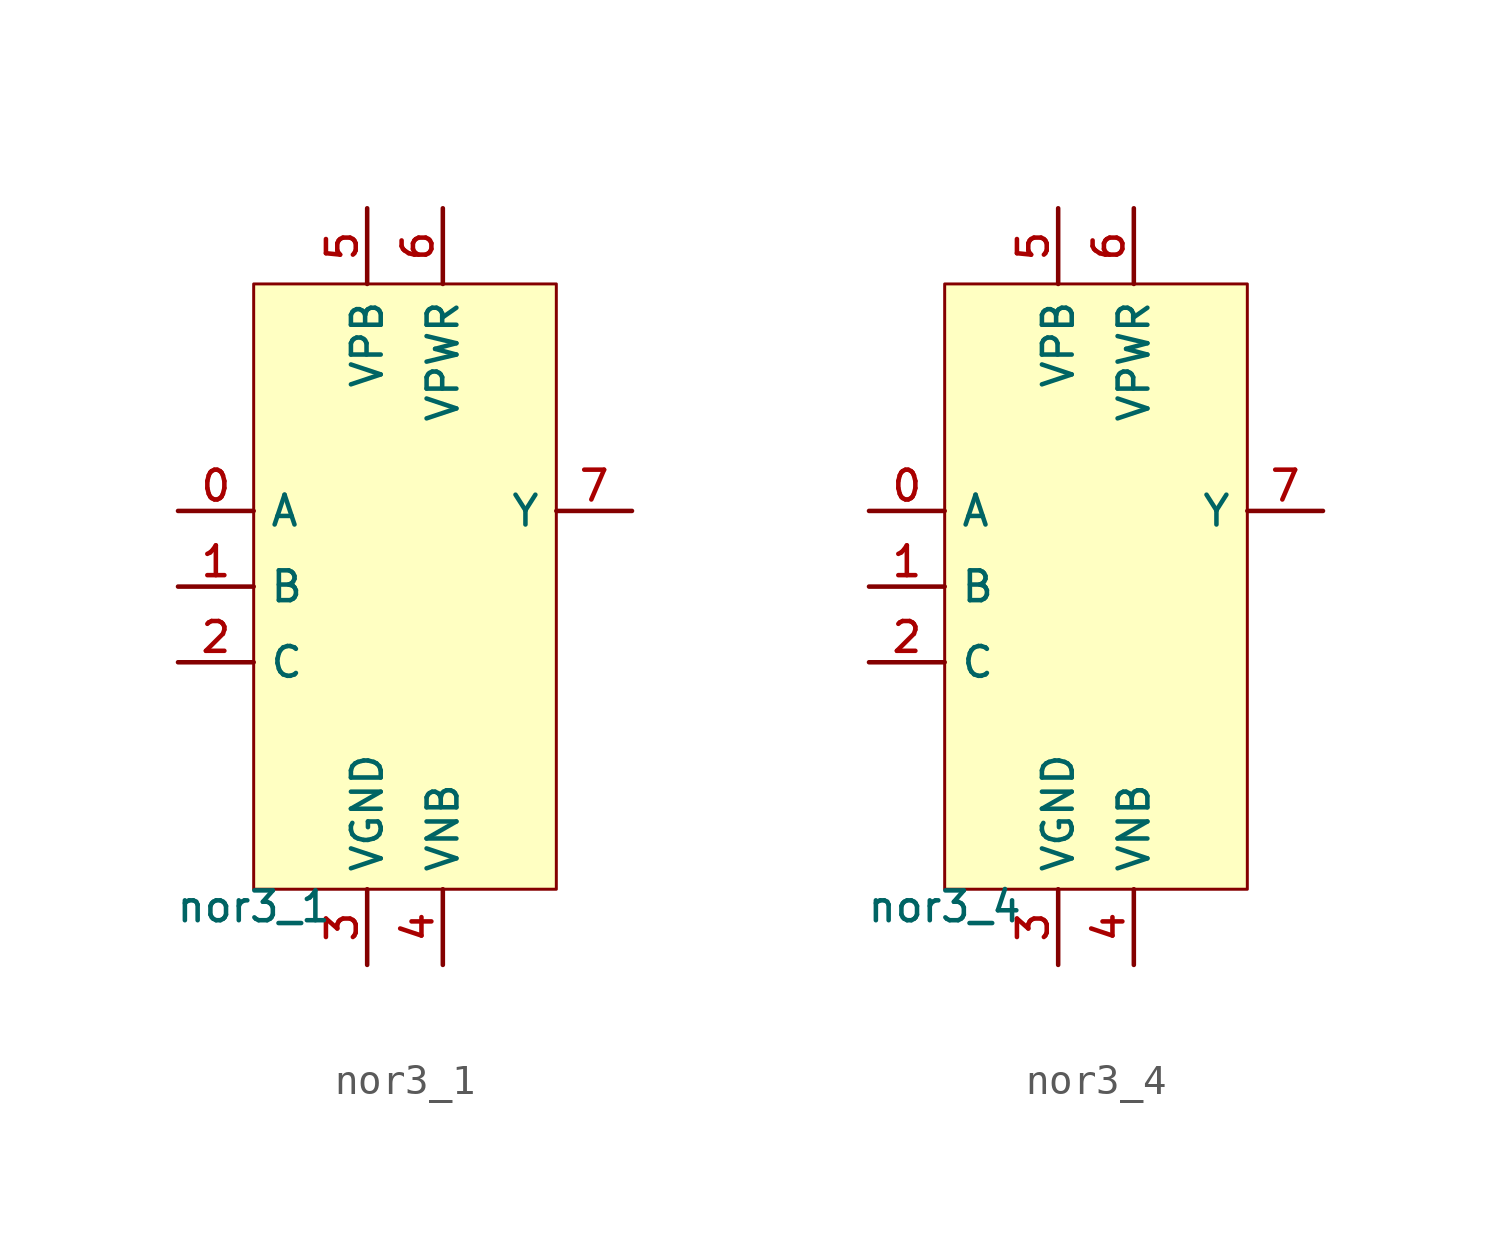
<source format=kicad_sym>
(kicad_symbol_lib
  (version 20211014)
  (generator pdk2kicad)
  (symbol "nor3_1"
    (property "Reference" "X"
      (at 0 0 0)
      (effects (font (size 1 1)) hide))
    (property "Value" "nor3_1"
      (at -5.08 -10.16 0)
      (effects (font (size 1 1)) (justify top)))
    (rectangle
      (start -5.08 -10.16)
      (end 5.08 10.16)
      (stroke (width 0.1) (type solid) (color 0 0 0 0))
      (fill (type background)))
    (pin input line
      (at -7.62 2.54 0)
      (length 2.54)
      (name "A" (effects (font (size 1 1)) hide))
      (number "0" (effects (font (size 1 1)) hide)))
    (pin input line
      (at -7.62 0.0 0)
      (length 2.54)
      (name "B" (effects (font (size 1 1)) hide))
      (number "1" (effects (font (size 1 1)) hide)))
    (pin input line
      (at -7.62 -2.54 0)
      (length 2.54)
      (name "C" (effects (font (size 1 1)) hide))
      (number "2" (effects (font (size 1 1)) hide)))
    (pin power_in line
      (at -1.27 -12.7 90)
      (length 2.54)
      (name "VGND" (effects (font (size 1 1)) hide))
      (number "3" (effects (font (size 1 1)) hide)))
    (pin power_in line
      (at 1.27 -12.7 90)
      (length 2.54)
      (name "VNB" (effects (font (size 1 1)) hide))
      (number "4" (effects (font (size 1 1)) hide)))
    (pin power_in line
      (at -1.27 12.7 270)
      (length 2.54)
      (name "VPB" (effects (font (size 1 1)) hide))
      (number "5" (effects (font (size 1 1)) hide)))
    (pin power_in line
      (at 1.27 12.7 270)
      (length 2.54)
      (name "VPWR" (effects (font (size 1 1)) hide))
      (number "6" (effects (font (size 1 1)) hide)))
    (pin output line
      (at 7.62 2.54 180)
      (length 2.54)
      (name "Y" (effects (font (size 1 1)) hide))
      (number "7" (effects (font (size 1 1)) hide))))
  (symbol "nor3_4"
    (property "Reference" "X"
      (at 0 0 0)
      (effects (font (size 1 1)) hide))
    (property "Value" "nor3_4"
      (at -5.08 -10.16 0)
      (effects (font (size 1 1)) (justify top)))
    (rectangle
      (start -5.08 -10.16)
      (end 5.08 10.16)
      (stroke (width 0.1) (type solid) (color 0 0 0 0))
      (fill (type background)))
    (pin input line
      (at -7.62 2.54 0)
      (length 2.54)
      (name "A" (effects (font (size 1 1)) hide))
      (number "0" (effects (font (size 1 1)) hide)))
    (pin input line
      (at -7.62 0.0 0)
      (length 2.54)
      (name "B" (effects (font (size 1 1)) hide))
      (number "1" (effects (font (size 1 1)) hide)))
    (pin input line
      (at -7.62 -2.54 0)
      (length 2.54)
      (name "C" (effects (font (size 1 1)) hide))
      (number "2" (effects (font (size 1 1)) hide)))
    (pin power_in line
      (at -1.27 -12.7 90)
      (length 2.54)
      (name "VGND" (effects (font (size 1 1)) hide))
      (number "3" (effects (font (size 1 1)) hide)))
    (pin power_in line
      (at 1.27 -12.7 90)
      (length 2.54)
      (name "VNB" (effects (font (size 1 1)) hide))
      (number "4" (effects (font (size 1 1)) hide)))
    (pin power_in line
      (at -1.27 12.7 270)
      (length 2.54)
      (name "VPB" (effects (font (size 1 1)) hide))
      (number "5" (effects (font (size 1 1)) hide)))
    (pin power_in line
      (at 1.27 12.7 270)
      (length 2.54)
      (name "VPWR" (effects (font (size 1 1)) hide))
      (number "6" (effects (font (size 1 1)) hide)))
    (pin output line
      (at 7.62 2.54 180)
      (length 2.54)
      (name "Y" (effects (font (size 1 1)) hide))
      (number "7" (effects (font (size 1 1)) hide)))))
</source>
